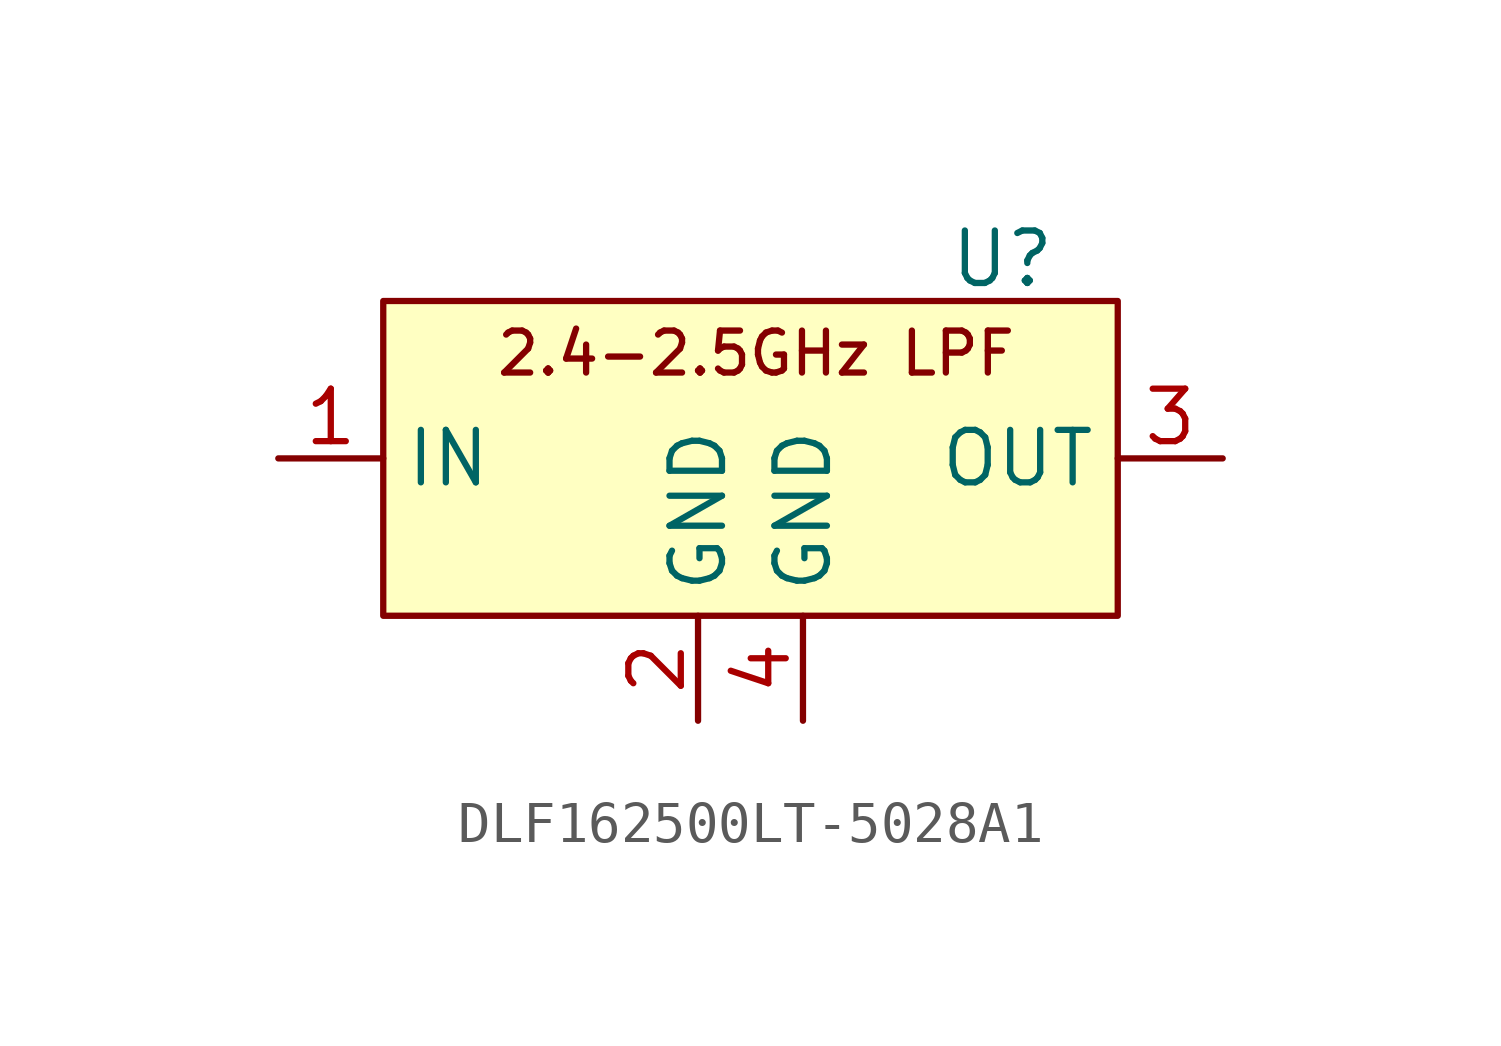
<source format=kicad_sym>
(kicad_symbol_lib
  (version 20241209)
  (generator "kicad_symbol_editor")
  (generator_version "9.0")
  (symbol "DLF162500LT-5028A1"
    (property "Reference" "U"
      (at 6.096 4.826 0)
      (effects (font (size 1.27 1.27))))
    (symbol "DLF162500LT-5028A1_0_0"
      (pin passive line (at -11.43 0 0) (length 2.54) (name "IN" (effects (font (size 1.27 1.27)))) (number "1" (effects (font (size 1.27 1.27)))))
      (pin passive line (at -1.27 -6.35 90) (length 2.54) (name "GND" (effects (font (size 1.27 1.27)))) (number "2" (effects (font (size 1.27 1.27)))))
      (pin passive line (at 1.27 -6.35 90) (length 2.54) (name "GND" (effects (font (size 1.27 1.27)))) (number "4" (effects (font (size 1.27 1.27)))))
      (pin passive line (at 11.43 0 180) (length 2.54) (name "OUT" (effects (font (size 1.27 1.27)))) (number "3" (effects (font (size 1.27 1.27))))))
    (symbol "DLF162500LT-5028A1_1_1"
      (rectangle (start -8.89 3.81) (end 8.89 -3.81) (stroke (width 0) (type solid)) (fill (type background)))
      (text " 2.4-2.5GHz LPF" (at -0.254 2.54 0) (effects (font (size 1.016 1.016)))))))
</source>
